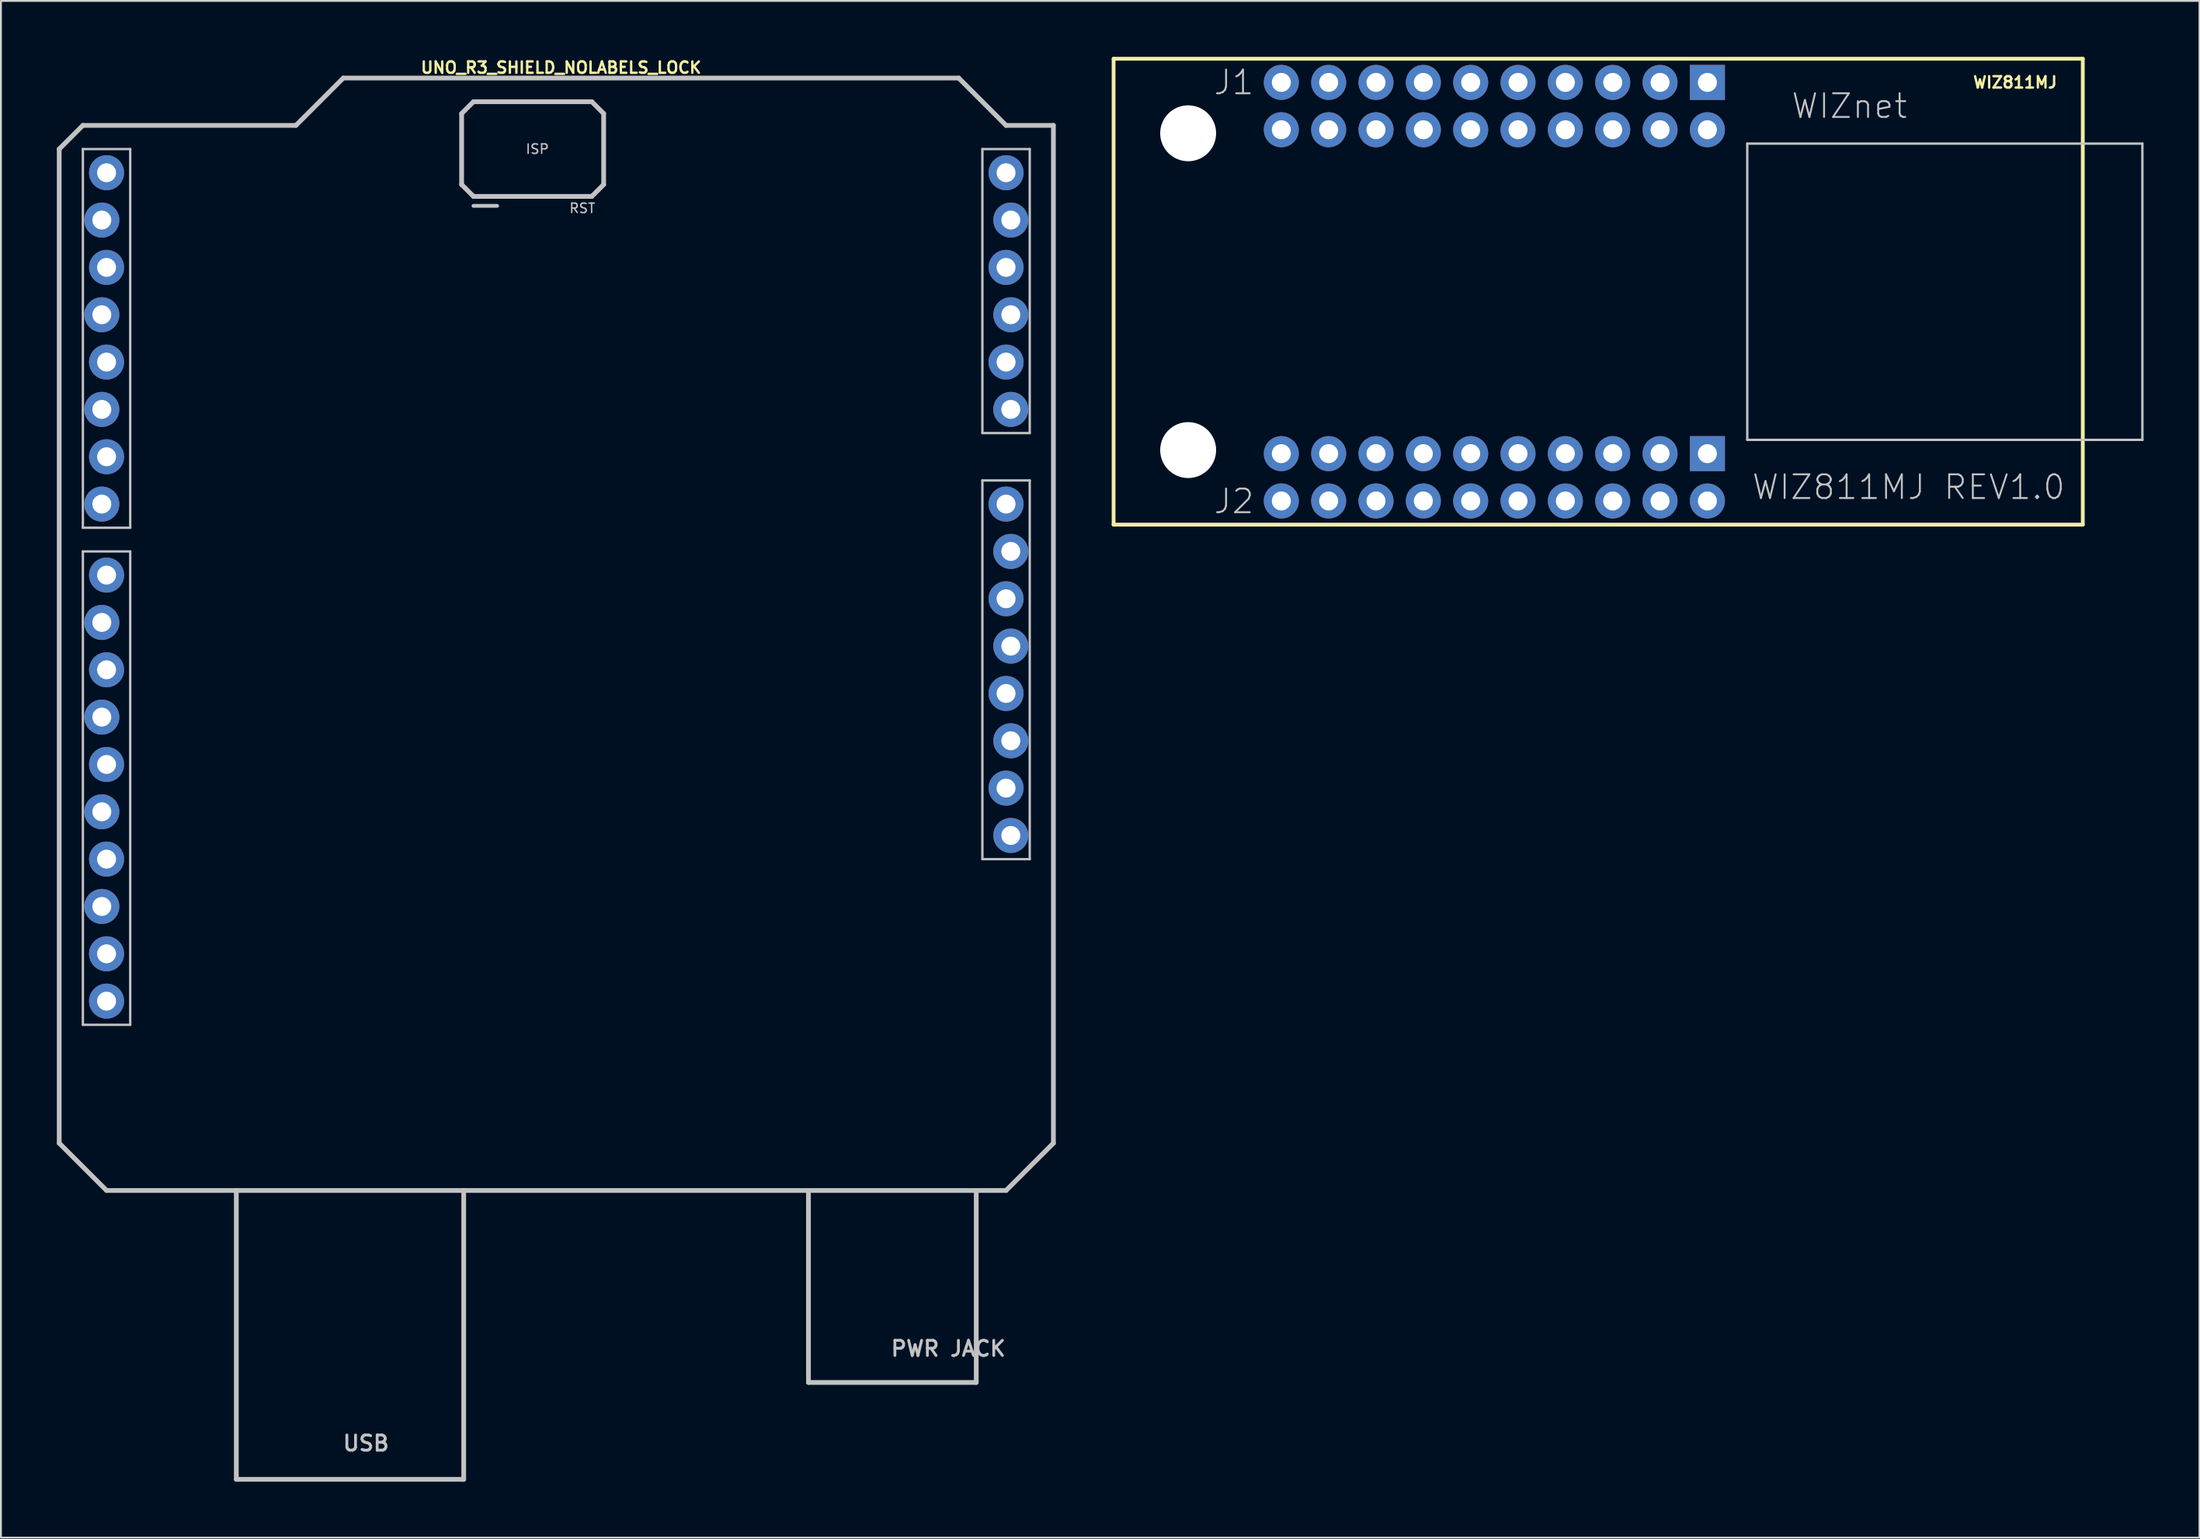
<source format=kicad_pcb>
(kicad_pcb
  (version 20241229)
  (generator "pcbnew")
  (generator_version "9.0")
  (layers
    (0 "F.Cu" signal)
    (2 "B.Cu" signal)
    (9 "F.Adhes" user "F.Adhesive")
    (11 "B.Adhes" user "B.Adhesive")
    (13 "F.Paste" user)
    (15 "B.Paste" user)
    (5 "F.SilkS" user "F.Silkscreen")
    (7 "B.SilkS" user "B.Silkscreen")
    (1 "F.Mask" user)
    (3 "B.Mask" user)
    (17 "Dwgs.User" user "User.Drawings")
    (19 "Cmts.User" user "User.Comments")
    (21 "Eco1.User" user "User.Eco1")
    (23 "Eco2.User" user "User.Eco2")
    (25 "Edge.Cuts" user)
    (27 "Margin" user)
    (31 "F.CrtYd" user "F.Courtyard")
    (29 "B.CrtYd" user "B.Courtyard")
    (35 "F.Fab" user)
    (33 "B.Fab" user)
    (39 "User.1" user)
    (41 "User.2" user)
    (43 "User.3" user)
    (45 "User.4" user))
  (footprint "WIZ811MJ"
    (layer "F.Cu")
    (at 82.205 12.802)
    (property "Reference" "WIZ811MJ" (at 22.86 -11.43 0) (layer "F.SilkS") (effects (font (size 0.61 0.61) (thickness 0.127))))
    (attr exclude_from_pos_files exclude_from_bom)
    (fp_line (start -25.509 -12.7) (end 26.49 -12.7) (stroke (width 0.203) (type solid)) (layer "F.SilkS"))
    (fp_line (start -25.509 12.299) (end -25.509 -12.7) (stroke (width 0.203) (type solid)) (layer "F.SilkS"))
    (fp_line (start 26.49 -12.7) (end 26.49 12.299) (stroke (width 0.203) (type solid)) (layer "F.SilkS"))
    (fp_line (start 26.49 12.299) (end -25.509 12.299) (stroke (width 0.203) (type solid)) (layer "F.SilkS"))
    (fp_line (start 8.489 7.75) (end 8.489 -8.148) (stroke (width 0.127) (type solid)) (layer "Dwgs.User"))
    (fp_line (start 8.489 7.75) (end 29.688 7.75) (stroke (width 0.127) (type solid)) (layer "Dwgs.User"))
    (fp_line (start 29.688 -8.148) (end 8.489 -8.148) (stroke (width 0.127) (type solid)) (layer "Dwgs.User"))
    (fp_line (start 29.688 7.75) (end 29.688 -8.148) (stroke (width 0.127) (type solid)) (layer "Dwgs.User"))
    (fp_text user "WIZnet" (at 13.97 -10.16 0) (layer "Dwgs.User") (effects (font (size 1.27 1.27) (thickness 0.102))))
    (fp_text user "J1" (at -19.05 -11.43 0) (layer "Dwgs.User") (effects (font (size 1.27 1.27) (thickness 0.102))))
    (fp_text user "J2" (at -19.05 11.049 0) (layer "Dwgs.User") (effects (font (size 1.27 1.27) (thickness 0.102))))
    (fp_text user "WIZ811MJ REV1.0" (at 17.145 10.287 0) (layer "Dwgs.User") (effects (font (size 1.27 1.27) (thickness 0.102))))
    (pad "" np_thru_hole circle (at -21.509 -8.7) (size 3 3) (drill 3) (layers "*.Cu" "*.Mask"))
    (pad "" np_thru_hole circle (at -21.509 8.298) (size 3 3) (drill 3) (layers "*.Cu" "*.Mask"))
    (pad "1" thru_hole rect (at 6.35 -11.43) (size 1.88 1.88) (drill 1.019) (layers "*.Cu" "*.Paste" "*.Mask"))
    (pad "2" thru_hole circle (at 6.35 -8.89) (size 1.88 1.88) (drill 1.019) (layers "*.Cu" "*.Paste" "*.Mask"))
    (pad "3" thru_hole circle (at 3.81 -11.43) (size 1.88 1.88) (drill 1.019) (layers "*.Cu" "*.Paste" "*.Mask"))
    (pad "4" thru_hole circle (at 3.81 -8.89) (size 1.88 1.88) (drill 1.019) (layers "*.Cu" "*.Paste" "*.Mask"))
    (pad "5" thru_hole circle (at 1.27 -11.43) (size 1.88 1.88) (drill 1.019) (layers "*.Cu" "*.Paste" "*.Mask"))
    (pad "6" thru_hole circle (at 1.27 -8.89) (size 1.88 1.88) (drill 1.019) (layers "*.Cu" "*.Paste" "*.Mask"))
    (pad "7" thru_hole circle (at -1.27 -11.43) (size 1.88 1.88) (drill 1.019) (layers "*.Cu" "*.Paste" "*.Mask"))
    (pad "8" thru_hole circle (at -1.27 -8.89) (size 1.88 1.88) (drill 1.019) (layers "*.Cu" "*.Paste" "*.Mask"))
    (pad "9" thru_hole circle (at -3.81 -11.43) (size 1.88 1.88) (drill 1.019) (layers "*.Cu" "*.Paste" "*.Mask"))
    (pad "10" thru_hole circle (at -3.81 -8.89) (size 1.88 1.88) (drill 1.019) (layers "*.Cu" "*.Paste" "*.Mask"))
    (pad "11" thru_hole circle (at -6.35 -11.43) (size 1.88 1.88) (drill 1.019) (layers "*.Cu" "*.Paste" "*.Mask"))
    (pad "12" thru_hole circle (at -6.35 -8.89) (size 1.88 1.88) (drill 1.019) (layers "*.Cu" "*.Paste" "*.Mask"))
    (pad "13" thru_hole circle (at -8.89 -11.43) (size 1.88 1.88) (drill 1.019) (layers "*.Cu" "*.Paste" "*.Mask"))
    (pad "14" thru_hole circle (at -8.89 -8.89) (size 1.88 1.88) (drill 1.019) (layers "*.Cu" "*.Paste" "*.Mask"))
    (pad "15" thru_hole circle (at -11.43 -11.43) (size 1.88 1.88) (drill 1.019) (layers "*.Cu" "*.Paste" "*.Mask"))
    (pad "16" thru_hole circle (at -11.43 -8.89) (size 1.88 1.88) (drill 1.019) (layers "*.Cu" "*.Paste" "*.Mask"))
    (pad "17" thru_hole circle (at -13.97 -11.43) (size 1.88 1.88) (drill 1.019) (layers "*.Cu" "*.Paste" "*.Mask"))
    (pad "18" thru_hole circle (at -13.97 -8.89) (size 1.88 1.88) (drill 1.019) (layers "*.Cu" "*.Paste" "*.Mask"))
    (pad "19" thru_hole circle (at -16.51 -11.43) (size 1.88 1.88) (drill 1.019) (layers "*.Cu" "*.Paste" "*.Mask"))
    (pad "20" thru_hole circle (at -16.51 -8.89) (size 1.88 1.88) (drill 1.019) (layers "*.Cu" "*.Paste" "*.Mask"))
    (pad "21" thru_hole rect (at 6.35 8.489) (size 1.88 1.88) (drill 1.019) (layers "*.Cu" "*.Paste" "*.Mask"))
    (pad "22" thru_hole circle (at 6.35 11.029) (size 1.88 1.88) (drill 1.019) (layers "*.Cu" "*.Paste" "*.Mask"))
    (pad "23" thru_hole circle (at 3.81 8.489) (size 1.88 1.88) (drill 1.019) (layers "*.Cu" "*.Paste" "*.Mask"))
    (pad "24" thru_hole circle (at 3.81 11.029) (size 1.88 1.88) (drill 1.019) (layers "*.Cu" "*.Paste" "*.Mask"))
    (pad "25" thru_hole circle (at 1.27 8.489) (size 1.88 1.88) (drill 1.019) (layers "*.Cu" "*.Paste" "*.Mask"))
    (pad "26" thru_hole circle (at 1.27 11.029) (size 1.88 1.88) (drill 1.019) (layers "*.Cu" "*.Paste" "*.Mask"))
    (pad "27" thru_hole circle (at -1.27 8.489) (size 1.88 1.88) (drill 1.019) (layers "*.Cu" "*.Paste" "*.Mask"))
    (pad "28" thru_hole circle (at -1.27 11.029) (size 1.88 1.88) (drill 1.019) (layers "*.Cu" "*.Paste" "*.Mask"))
    (pad "29" thru_hole circle (at -3.81 8.489) (size 1.88 1.88) (drill 1.019) (layers "*.Cu" "*.Paste" "*.Mask"))
    (pad "30" thru_hole circle (at -3.81 11.029) (size 1.88 1.88) (drill 1.019) (layers "*.Cu" "*.Paste" "*.Mask"))
    (pad "31" thru_hole circle (at -6.35 8.489) (size 1.88 1.88) (drill 1.019) (layers "*.Cu" "*.Paste" "*.Mask"))
    (pad "32" thru_hole circle (at -6.35 11.029) (size 1.88 1.88) (drill 1.019) (layers "*.Cu" "*.Paste" "*.Mask"))
    (pad "33" thru_hole circle (at -8.89 8.489) (size 1.88 1.88) (drill 1.019) (layers "*.Cu" "*.Paste" "*.Mask"))
    (pad "34" thru_hole circle (at -8.89 11.029) (size 1.88 1.88) (drill 1.019) (layers "*.Cu" "*.Paste" "*.Mask"))
    (pad "35" thru_hole circle (at -11.43 8.489) (size 1.88 1.88) (drill 1.019) (layers "*.Cu" "*.Paste" "*.Mask"))
    (pad "36" thru_hole circle (at -11.43 11.029) (size 1.88 1.88) (drill 1.019) (layers "*.Cu" "*.Paste" "*.Mask"))
    (pad "37" thru_hole circle (at -13.97 8.489) (size 1.88 1.88) (drill 1.019) (layers "*.Cu" "*.Paste" "*.Mask"))
    (pad "38" thru_hole circle (at -13.97 11.029) (size 1.88 1.88) (drill 1.019) (layers "*.Cu" "*.Paste" "*.Mask"))
    (pad "39" thru_hole circle (at -16.51 8.489) (size 1.88 1.88) (drill 1.019) (layers "*.Cu" "*.Paste" "*.Mask"))
    (pad "40" thru_hole circle (at -16.51 11.029) (size 1.88 1.88) (drill 1.019) (layers "*.Cu" "*.Paste" "*.Mask")))
  (footprint "UNO_R3_SHIELD_NOLABELS_LOCK"
    (layer "F.Cu")
    (at 26.797 30.348)
    (property "Reference" "UNO_R3_SHIELD_NOLABELS_LOCK" (at 0.254 -29.769 0) (layer "F.SilkS") (effects (font (size 0.61 0.61) (thickness 0.127))))
    (attr exclude_from_pos_files exclude_from_bom)
    (fp_line (start -26.67 -25.4) (end -26.67 27.94) (stroke (width 0.254) (type solid)) (layer "Dwgs.User"))
    (fp_line (start -26.67 27.94) (end -24.13 30.48) (stroke (width 0.254) (type solid)) (layer "Dwgs.User"))
    (fp_line (start -25.4 -26.67) (end -26.67 -25.4) (stroke (width 0.254) (type solid)) (layer "Dwgs.User"))
    (fp_line (start -25.4 -25.4) (end -22.86 -25.4) (stroke (width 0.127) (type solid)) (layer "Dwgs.User"))
    (fp_line (start -25.4 -5.08) (end -25.4 -25.4) (stroke (width 0.127) (type solid)) (layer "Dwgs.User"))
    (fp_line (start -25.4 -3.81) (end -22.86 -3.81) (stroke (width 0.127) (type solid)) (layer "Dwgs.User"))
    (fp_line (start -25.4 21.59) (end -25.4 -3.81) (stroke (width 0.127) (type solid)) (layer "Dwgs.User"))
    (fp_line (start -24.13 30.48) (end -17.168 30.48) (stroke (width 0.254) (type solid)) (layer "Dwgs.User"))
    (fp_line (start -22.86 -25.4) (end -22.86 -5.08) (stroke (width 0.127) (type solid)) (layer "Dwgs.User"))
    (fp_line (start -22.86 -5.08) (end -25.4 -5.08) (stroke (width 0.127) (type solid)) (layer "Dwgs.User"))
    (fp_line (start -22.86 -3.81) (end -22.86 21.59) (stroke (width 0.127) (type solid)) (layer "Dwgs.User"))
    (fp_line (start -22.86 21.59) (end -25.4 21.59) (stroke (width 0.127) (type solid)) (layer "Dwgs.User"))
    (fp_line (start -17.168 30.48) (end -4.968 30.48) (stroke (width 0.254) (type solid)) (layer "Dwgs.User"))
    (fp_line (start -17.168 45.979) (end -17.168 30.48) (stroke (width 0.254) (type solid)) (layer "Dwgs.User"))
    (fp_line (start -17.168 45.979) (end -4.968 45.979) (stroke (width 0.254) (type solid)) (layer "Dwgs.User"))
    (fp_line (start -13.97 -26.67) (end -25.4 -26.67) (stroke (width 0.254) (type solid)) (layer "Dwgs.User"))
    (fp_line (start -11.43 -29.21) (end -13.97 -26.67) (stroke (width 0.254) (type solid)) (layer "Dwgs.User"))
    (fp_line (start -5.08 -27.305) (end -4.445 -27.94) (stroke (width 0.254) (type solid)) (layer "Dwgs.User"))
    (fp_line (start -5.08 -23.495) (end -5.08 -27.305) (stroke (width 0.254) (type solid)) (layer "Dwgs.User"))
    (fp_line (start -4.968 30.48) (end 24.13 30.48) (stroke (width 0.254) (type solid)) (layer "Dwgs.User"))
    (fp_line (start -4.968 45.979) (end -4.968 30.48) (stroke (width 0.254) (type solid)) (layer "Dwgs.User"))
    (fp_line (start -4.445 -27.94) (end 1.905 -27.94) (stroke (width 0.254) (type solid)) (layer "Dwgs.User"))
    (fp_line (start -4.445 -22.86) (end -5.08 -23.495) (stroke (width 0.254) (type solid)) (layer "Dwgs.User"))
    (fp_line (start -3.175 -22.352) (end -4.445 -22.352) (stroke (width 0.203) (type solid)) (layer "Dwgs.User"))
    (fp_line (start 1.905 -27.94) (end 2.54 -27.305) (stroke (width 0.254) (type solid)) (layer "Dwgs.User"))
    (fp_line (start 1.905 -22.86) (end -4.445 -22.86) (stroke (width 0.254) (type solid)) (layer "Dwgs.User"))
    (fp_line (start 2.54 -27.305) (end 2.54 -23.495) (stroke (width 0.254) (type solid)) (layer "Dwgs.User"))
    (fp_line (start 2.54 -23.495) (end 1.905 -22.86) (stroke (width 0.254) (type solid)) (layer "Dwgs.User"))
    (fp_line (start 13.528 40.78) (end 13.528 30.579) (stroke (width 0.254) (type solid)) (layer "Dwgs.User"))
    (fp_line (start 13.528 40.78) (end 22.53 40.78) (stroke (width 0.254) (type solid)) (layer "Dwgs.User"))
    (fp_line (start 21.59 -29.21) (end -11.43 -29.21) (stroke (width 0.254) (type solid)) (layer "Dwgs.User"))
    (fp_line (start 22.53 40.78) (end 22.53 30.579) (stroke (width 0.254) (type solid)) (layer "Dwgs.User"))
    (fp_line (start 22.86 -25.4) (end 25.4 -25.4) (stroke (width 0.127) (type solid)) (layer "Dwgs.User"))
    (fp_line (start 22.86 -10.16) (end 22.86 -25.4) (stroke (width 0.127) (type solid)) (layer "Dwgs.User"))
    (fp_line (start 22.86 -7.62) (end 22.86 12.7) (stroke (width 0.127) (type solid)) (layer "Dwgs.User"))
    (fp_line (start 22.86 12.7) (end 25.4 12.7) (stroke (width 0.127) (type solid)) (layer "Dwgs.User"))
    (fp_line (start 24.13 -26.67) (end 21.59 -29.21) (stroke (width 0.254) (type solid)) (layer "Dwgs.User"))
    (fp_line (start 24.13 30.48) (end 26.67 27.94) (stroke (width 0.254) (type solid)) (layer "Dwgs.User"))
    (fp_line (start 25.4 -25.4) (end 25.4 -10.16) (stroke (width 0.127) (type solid)) (layer "Dwgs.User"))
    (fp_line (start 25.4 -10.16) (end 22.86 -10.16) (stroke (width 0.127) (type solid)) (layer "Dwgs.User"))
    (fp_line (start 25.4 -7.62) (end 22.86 -7.62) (stroke (width 0.127) (type solid)) (layer "Dwgs.User"))
    (fp_line (start 25.4 12.7) (end 25.4 -7.62) (stroke (width 0.127) (type solid)) (layer "Dwgs.User"))
    (fp_line (start 26.67 -26.67) (end 24.13 -26.67) (stroke (width 0.254) (type solid)) (layer "Dwgs.User"))
    (fp_line (start 26.67 27.94) (end 26.67 -26.67) (stroke (width 0.254) (type solid)) (layer "Dwgs.User"))
    (fp_text user "PWR JACK" (at 21.031 38.964 0) (layer "Dwgs.User") (effects (font (size 0.813 0.813) (thickness 0.152))))
    (fp_text user "USB" (at -10.211 44.044 0) (layer "Dwgs.User") (effects (font (size 0.813 0.813) (thickness 0.152))))
    (fp_text user "RST" (at 1.397 -22.225 0) (layer "Dwgs.User") (effects (font (size 0.508 0.508) (thickness 0.076))))
    (fp_text user "ISP" (at -1.016 -25.4 0) (layer "Dwgs.User") (effects (font (size 0.508 0.508) (thickness 0.076))))
    (pad "3.3V" thru_hole circle (at 24.13 3.81) (size 1.88 1.88) (drill 1.016) (layers "*.Cu" "*.Paste" "*.Mask"))
    (pad "5V" thru_hole circle (at 24.384 1.27) (size 1.88 1.88) (drill 1.016) (layers "*.Cu" "*.Paste" "*.Mask"))
    (pad "A0" thru_hole circle (at 24.384 -11.43) (size 1.88 1.88) (drill 1.016) (layers "*.Cu" "*.Paste" "*.Mask"))
    (pad "A1" thru_hole circle (at 24.13 -13.97) (size 1.88 1.88) (drill 1.016) (layers "*.Cu" "*.Paste" "*.Mask"))
    (pad "A2" thru_hole circle (at 24.384 -16.51) (size 1.88 1.88) (drill 1.016) (layers "*.Cu" "*.Paste" "*.Mask"))
    (pad "A3" thru_hole circle (at 24.13 -19.05) (size 1.88 1.88) (drill 1.016) (layers "*.Cu" "*.Paste" "*.Mask"))
    (pad "A4" thru_hole circle (at 24.384 -21.59) (size 1.88 1.88) (drill 1.016) (layers "*.Cu" "*.Paste" "*.Mask"))
    (pad "A5" thru_hole circle (at 24.13 -24.13) (size 1.88 1.88) (drill 1.016) (layers "*.Cu" "*.Paste" "*.Mask"))
    (pad "AREF" thru_hole circle (at -24.384 15.24) (size 1.88 1.88) (drill 1.016) (layers "*.Cu" "*.Paste" "*.Mask"))
    (pad "D2" thru_hole circle (at -24.13 -19.05) (size 1.88 1.88) (drill 1.016) (layers "*.Cu" "*.Paste" "*.Mask"))
    (pad "D3" thru_hole circle (at -24.384 -16.51) (size 1.88 1.88) (drill 1.016) (layers "*.Cu" "*.Paste" "*.Mask"))
    (pad "D4" thru_hole circle (at -24.13 -13.97) (size 1.88 1.88) (drill 1.016) (layers "*.Cu" "*.Paste" "*.Mask"))
    (pad "D5" thru_hole circle (at -24.384 -11.43) (size 1.88 1.88) (drill 1.016) (layers "*.Cu" "*.Paste" "*.Mask"))
    (pad "D6" thru_hole circle (at -24.13 -8.89) (size 1.88 1.88) (drill 1.016) (layers "*.Cu" "*.Paste" "*.Mask"))
    (pad "D7" thru_hole circle (at -24.384 -6.35) (size 1.88 1.88) (drill 1.016) (layers "*.Cu" "*.Paste" "*.Mask"))
    (pad "D8" thru_hole circle (at -24.13 -2.54) (size 1.88 1.88) (drill 1.016) (layers "*.Cu" "*.Paste" "*.Mask"))
    (pad "D9" thru_hole circle (at -24.384 0) (size 1.88 1.88) (drill 1.016) (layers "*.Cu" "*.Paste" "*.Mask"))
    (pad "D10" thru_hole circle (at -24.13 2.54) (size 1.88 1.88) (drill 1.016) (layers "*.Cu" "*.Paste" "*.Mask"))
    (pad "D11" thru_hole circle (at -24.384 5.08) (size 1.88 1.88) (drill 1.016) (layers "*.Cu" "*.Paste" "*.Mask"))
    (pad "D12" thru_hole circle (at -24.13 7.62) (size 1.88 1.88) (drill 1.016) (layers "*.Cu" "*.Paste" "*.Mask"))
    (pad "D13" thru_hole circle (at -24.384 10.16) (size 1.88 1.88) (drill 1.016) (layers "*.Cu" "*.Paste" "*.Mask"))
    (pad "GND@" thru_hole circle (at -24.13 12.7) (size 1.88 1.88) (drill 1.016) (layers "*.Cu" "*.Paste" "*.Mask"))
    (pad "GND@" thru_hole circle (at 24.13 -1.27) (size 1.88 1.88) (drill 1.016) (layers "*.Cu" "*.Paste" "*.Mask"))
    (pad "GND@" thru_hole circle (at 24.384 -3.81) (size 1.88 1.88) (drill 1.016) (layers "*.Cu" "*.Paste" "*.Mask"))
    (pad "IORE" thru_hole circle (at 24.13 8.89) (size 1.88 1.88) (drill 1.016) (layers "*.Cu" "*.Paste" "*.Mask"))
    (pad "NC" thru_hole circle (at 24.384 11.43) (size 1.88 1.88) (drill 1.016) (layers "*.Cu" "*.Paste" "*.Mask"))
    (pad "RES" thru_hole circle (at 24.384 6.35) (size 1.88 1.88) (drill 1.016) (layers "*.Cu" "*.Paste" "*.Mask"))
    (pad "RX" thru_hole circle (at -24.13 -24.13) (size 1.88 1.88) (drill 1.016) (layers "*.Cu" "*.Paste" "*.Mask"))
    (pad "SCL" thru_hole circle (at -24.13 20.32) (size 1.88 1.88) (drill 1.016) (layers "*.Cu" "*.Paste" "*.Mask"))
    (pad "SDA" thru_hole circle (at -24.13 17.78) (size 1.88 1.88) (drill 1.016) (layers "*.Cu" "*.Paste" "*.Mask"))
    (pad "TX" thru_hole circle (at -24.384 -21.59) (size 1.88 1.88) (drill 1.016) (layers "*.Cu" "*.Paste" "*.Mask"))
    (pad "VIN" thru_hole circle (at 24.13 -6.35) (size 1.88 1.88) (drill 1.016) (layers "*.Cu" "*.Paste" "*.Mask")))
  (gr_rect
    (start -3 -3)
    (end 114.956 79.454)
    (stroke (width 0.1) (type default))
    (fill no)
    (layer "Edge.Cuts")))
</source>
